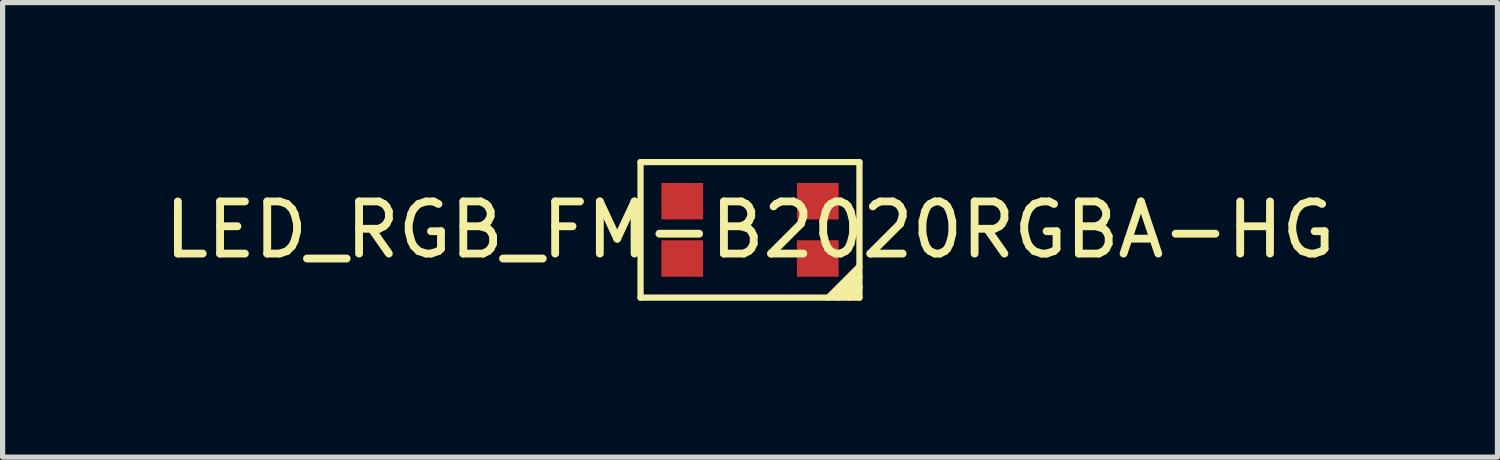
<source format=kicad_pcb>
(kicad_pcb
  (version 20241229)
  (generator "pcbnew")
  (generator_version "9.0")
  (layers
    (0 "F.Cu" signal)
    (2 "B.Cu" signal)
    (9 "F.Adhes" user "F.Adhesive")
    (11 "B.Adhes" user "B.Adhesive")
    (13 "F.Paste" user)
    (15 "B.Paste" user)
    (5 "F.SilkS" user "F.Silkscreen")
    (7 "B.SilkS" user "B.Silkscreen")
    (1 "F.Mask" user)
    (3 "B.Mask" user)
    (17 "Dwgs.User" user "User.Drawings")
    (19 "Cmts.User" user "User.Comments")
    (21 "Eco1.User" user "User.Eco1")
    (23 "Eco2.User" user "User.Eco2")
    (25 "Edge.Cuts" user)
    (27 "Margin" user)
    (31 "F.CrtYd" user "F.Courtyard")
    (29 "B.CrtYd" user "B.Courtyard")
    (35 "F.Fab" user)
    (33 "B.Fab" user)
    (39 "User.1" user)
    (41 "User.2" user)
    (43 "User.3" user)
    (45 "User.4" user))
  (footprint "LED_RGB_FM-B2020RGBA-HG"
    (layer "F.Cu")
    (at 11.339 1.36)
    (property "Reference" "LED_RGB_FM-B2020RGBA-HG" (at 0 0 0) (layer "F.SilkS") (effects (font (size 1 1) (thickness 0.15))))
    (attr through_hole)
    (fp_line (start -2.1 -1.3) (end -2.1 1.3) (stroke (width 0.12) (type solid)) (layer "F.SilkS"))
    (fp_line (start -2.1 1.3) (end 2.1 1.3) (stroke (width 0.12) (type solid)) (layer "F.SilkS"))
    (fp_line (start 1.5 1.3) (end 2.1 0.7) (stroke (width 0.12) (type solid)) (layer "F.SilkS"))
    (fp_line (start 1.7 1.3) (end 2.1 0.9) (stroke (width 0.12) (type solid)) (layer "F.SilkS"))
    (fp_line (start 1.9 1.2) (end 2 1.1) (stroke (width 0.12) (type solid)) (layer "F.SilkS"))
    (fp_line (start 1.9 1.3) (end 2.1 1.1) (stroke (width 0.12) (type solid)) (layer "F.SilkS"))
    (fp_line (start 2 0.9) (end 1.7 1.2) (stroke (width 0.12) (type solid)) (layer "F.SilkS"))
    (fp_line (start 2 1.1) (end 2 0.9) (stroke (width 0.12) (type solid)) (layer "F.SilkS"))
    (fp_line (start 2.1 -1.3) (end -2.1 -1.3) (stroke (width 0.12) (type solid)) (layer "F.SilkS"))
    (fp_line (start 2.1 1.1) (end 1.9 1.2) (stroke (width 0.12) (type solid)) (layer "F.SilkS"))
    (fp_line (start 2.1 1.3) (end 2.1 -1.3) (stroke (width 0.12) (type solid)) (layer "F.SilkS"))
    (pad "1" smd rect (at 1.3 0.55) (size 0.8 0.7) (layers "F.Cu" "F.Mask" "F.Paste"))
    (pad "2" smd rect (at 1.3 -0.55) (size 0.8 0.7) (layers "F.Cu" "F.Mask" "F.Paste"))
    (pad "3" smd rect (at -1.3 0.55) (size 0.8 0.7) (layers "F.Cu" "F.Mask" "F.Paste"))
    (pad "4" smd rect (at -1.3 -0.55) (size 0.8 0.7) (layers "F.Cu" "F.Mask" "F.Paste")))
  (gr_rect
    (start -3 -3)
    (end 25.679 5.72)
    (stroke (width 0.1) (type default))
    (fill no)
    (layer "Edge.Cuts")))
</source>
